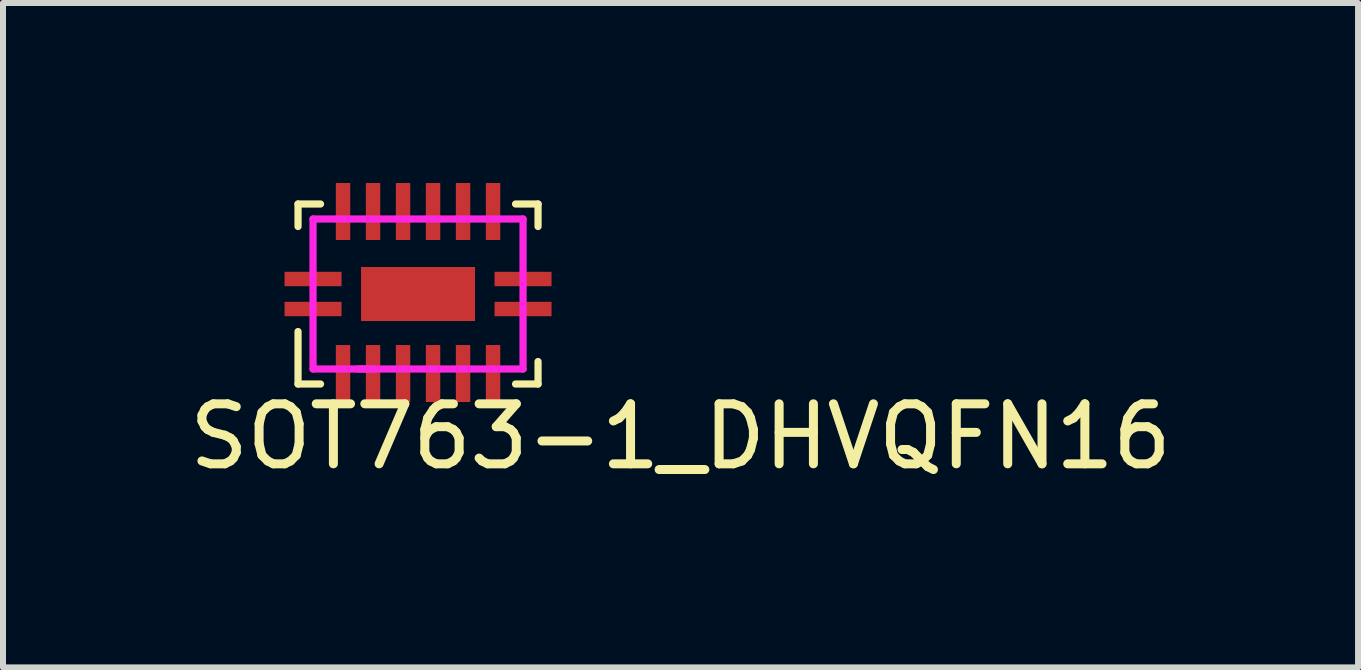
<source format=kicad_pcb>
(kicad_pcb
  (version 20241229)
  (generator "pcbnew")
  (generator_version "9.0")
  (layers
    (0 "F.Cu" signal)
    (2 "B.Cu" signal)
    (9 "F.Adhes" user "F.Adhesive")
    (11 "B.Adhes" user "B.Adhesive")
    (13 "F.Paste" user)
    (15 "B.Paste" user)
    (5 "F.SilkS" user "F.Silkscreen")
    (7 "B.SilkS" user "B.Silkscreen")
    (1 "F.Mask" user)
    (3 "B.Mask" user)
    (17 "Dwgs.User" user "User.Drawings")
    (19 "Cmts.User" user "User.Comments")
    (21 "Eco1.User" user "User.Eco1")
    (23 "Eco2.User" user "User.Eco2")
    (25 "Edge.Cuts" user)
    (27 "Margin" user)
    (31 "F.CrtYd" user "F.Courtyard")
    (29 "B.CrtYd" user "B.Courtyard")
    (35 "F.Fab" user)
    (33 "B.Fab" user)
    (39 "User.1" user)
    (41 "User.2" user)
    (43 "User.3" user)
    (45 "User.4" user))
  (footprint "SOT763-1_DHVQFN16"
    (layer "F.Cu")
    (at 3.917 1.85)
    (property "Reference" "SOT763-1_DHVQFN16" (at 4.375 2.375 0) (layer "F.SilkS") (effects (font (size 1 1) (thickness 0.15))))
    (attr through_hole)
    (fp_line (start -2 -1.5) (end -2 -1.125) (stroke (width 0.12) (type solid)) (layer "F.SilkS"))
    (fp_line (start -2 0.625) (end -2 1.5) (stroke (width 0.12) (type solid)) (layer "F.SilkS"))
    (fp_line (start -2 1.5) (end -1.625 1.5) (stroke (width 0.12) (type solid)) (layer "F.SilkS"))
    (fp_line (start -1.625 -1.5) (end -2 -1.5) (stroke (width 0.12) (type solid)) (layer "F.SilkS"))
    (fp_line (start 1.625 -1.5) (end 2 -1.5) (stroke (width 0.12) (type solid)) (layer "F.SilkS"))
    (fp_line (start 1.625 1.5) (end 2 1.5) (stroke (width 0.12) (type solid)) (layer "F.SilkS"))
    (fp_line (start 2 -1.5) (end 2 -1.125) (stroke (width 0.12) (type solid)) (layer "F.SilkS"))
    (fp_line (start 2 1.5) (end 2 1.125) (stroke (width 0.12) (type solid)) (layer "F.SilkS"))
    (fp_line (start -1.75 -1.25) (end -1.75 1.25) (stroke (width 0.12) (type solid)) (layer "F.CrtYd"))
    (fp_line (start -1.75 1.25) (end -0.75 1.25) (stroke (width 0.12) (type solid)) (layer "F.CrtYd"))
    (fp_line (start -1 1.25) (end 1.75 1.25) (stroke (width 0.12) (type solid)) (layer "F.CrtYd"))
    (fp_line (start 1.75 -1.25) (end -1.75 -1.25) (stroke (width 0.12) (type solid)) (layer "F.CrtYd"))
    (fp_line (start 1.75 1.25) (end 1.75 -1.25) (stroke (width 0.12) (type solid)) (layer "F.CrtYd"))
    (pad "" smd rect (at -0.5 0 180) (size 0.4 0.4) (layers "F.Paste"))
    (pad "" smd rect (at 0.5 0 180) (size 0.4 0.4) (layers "F.Paste"))
    (pad "1" smd rect (at -1.75 0.25 270) (size 0.24 0.95) (layers "F.Cu" "F.Mask" "F.Paste"))
    (pad "2" smd rect (at -1.25 1.325 180) (size 0.24 0.95) (layers "F.Cu" "F.Mask" "F.Paste"))
    (pad "3" smd rect (at -0.75 1.325 180) (size 0.24 0.95) (layers "F.Cu" "F.Mask" "F.Paste"))
    (pad "4" smd rect (at -0.25 1.325 180) (size 0.24 0.95) (layers "F.Cu" "F.Mask" "F.Paste"))
    (pad "5" smd rect (at 0.25 1.325 180) (size 0.24 0.95) (layers "F.Cu" "F.Mask" "F.Paste"))
    (pad "6" smd rect (at 0.75 1.325 180) (size 0.24 0.95) (layers "F.Cu" "F.Mask" "F.Paste"))
    (pad "7" smd rect (at 1.25 1.325 180) (size 0.24 0.95) (layers "F.Cu" "F.Mask" "F.Paste"))
    (pad "8" smd rect (at 1.75 0.25 270) (size 0.24 0.95) (layers "F.Cu" "F.Mask" "F.Paste"))
    (pad "9" smd rect (at 1.75 -0.25 270) (size 0.24 0.95) (layers "F.Cu" "F.Mask" "F.Paste"))
    (pad "10" smd rect (at 1.25 -1.375 180) (size 0.24 0.95) (layers "F.Cu" "F.Mask" "F.Paste"))
    (pad "11" smd rect (at 0.75 -1.375 180) (size 0.24 0.95) (layers "F.Cu" "F.Mask" "F.Paste"))
    (pad "12" smd rect (at 0.25 -1.375 180) (size 0.24 0.95) (layers "F.Cu" "F.Mask" "F.Paste"))
    (pad "13" smd rect (at -0.25 -1.375 180) (size 0.24 0.95) (layers "F.Cu" "F.Mask" "F.Paste"))
    (pad "14" smd rect (at -0.75 -1.375 180) (size 0.24 0.95) (layers "F.Cu" "F.Mask" "F.Paste"))
    (pad "15" smd rect (at -1.25 -1.375 180) (size 0.24 0.95) (layers "F.Cu" "F.Mask" "F.Paste"))
    (pad "16" smd rect (at -1.75 -0.25 270) (size 0.24 0.95) (layers "F.Cu" "F.Mask" "F.Paste"))
    (pad "17" smd rect (at 0 0 180) (size 1.9 0.9) (layers "F.Cu" "F.Mask")))
  (gr_rect
    (start -3 -3)
    (end 19.583 8.073)
    (stroke (width 0.1) (type default))
    (fill no)
    (layer "Edge.Cuts")))
</source>
